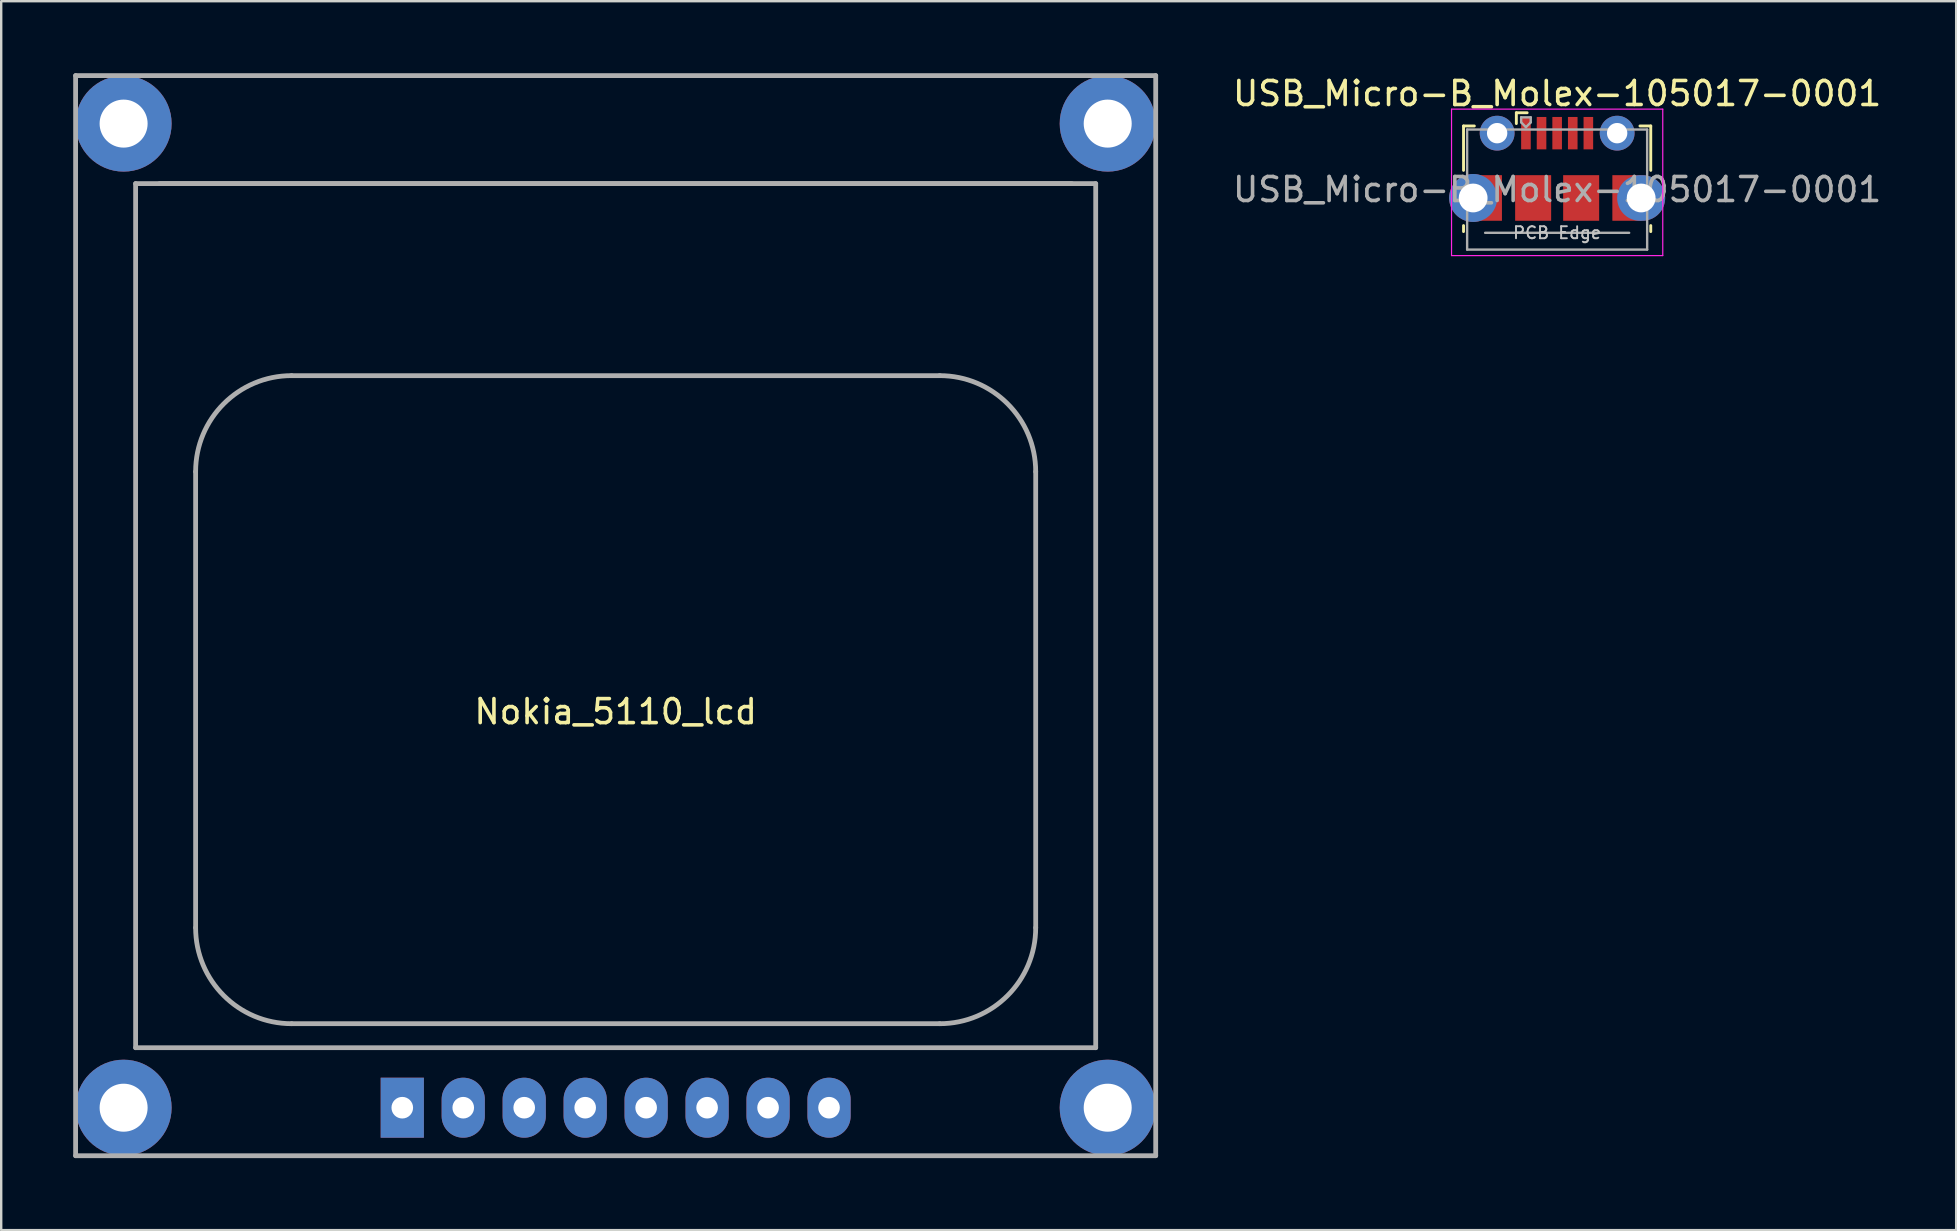
<source format=kicad_pcb>
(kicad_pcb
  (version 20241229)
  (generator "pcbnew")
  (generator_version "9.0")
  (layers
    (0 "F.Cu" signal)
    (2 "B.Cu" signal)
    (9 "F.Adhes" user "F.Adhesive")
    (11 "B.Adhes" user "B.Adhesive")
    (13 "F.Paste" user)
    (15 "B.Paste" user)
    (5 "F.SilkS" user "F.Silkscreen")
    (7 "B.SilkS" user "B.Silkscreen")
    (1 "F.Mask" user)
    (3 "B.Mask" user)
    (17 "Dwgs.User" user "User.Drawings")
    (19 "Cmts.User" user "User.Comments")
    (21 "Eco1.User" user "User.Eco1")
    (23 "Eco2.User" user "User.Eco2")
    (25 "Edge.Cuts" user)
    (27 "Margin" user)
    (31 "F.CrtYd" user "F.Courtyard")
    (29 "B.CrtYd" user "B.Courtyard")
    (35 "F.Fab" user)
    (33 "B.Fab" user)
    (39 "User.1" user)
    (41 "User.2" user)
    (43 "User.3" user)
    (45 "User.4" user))
  (footprint "USB_Micro-B_Molex-105017-0001"
    (layer "F.Cu")
    (at 61.825 4.848)
    (property "Reference" "USB_Micro-B_Molex-105017-0001" (at 0 -4 0) (layer "F.SilkS") (effects (font (size 1 1) (thickness 0.15))))
    (attr smd)
    (fp_line (start -3.9 -2.65) (end -3.45 -2.65) (stroke (width 0.12) (type solid)) (layer "F.SilkS"))
    (fp_line (start -3.9 -0.8) (end -3.9 -2.65) (stroke (width 0.12) (type solid)) (layer "F.SilkS"))
    (fp_line (start -3.9 1.75) (end -3.9 1.5) (stroke (width 0.12) (type solid)) (layer "F.SilkS"))
    (fp_line (start -1.7 -3.2) (end -1.7 -2.75) (stroke (width 0.12) (type solid)) (layer "F.SilkS"))
    (fp_line (start -1.7 -3.2) (end -1.25 -3.2) (stroke (width 0.12) (type solid)) (layer "F.SilkS"))
    (fp_line (start 3.9 -2.65) (end 3.45 -2.65) (stroke (width 0.12) (type solid)) (layer "F.SilkS"))
    (fp_line (start 3.9 -0.8) (end 3.9 -2.65) (stroke (width 0.12) (type solid)) (layer "F.SilkS"))
    (fp_line (start 3.9 1.75) (end 3.9 1.5) (stroke (width 0.12) (type solid)) (layer "F.SilkS"))
    (fp_line (start -4.4 -3.35) (end 4.4 -3.35) (stroke (width 0.05) (type solid)) (layer "F.CrtYd"))
    (fp_line (start -4.4 2.75) (end -4.4 -3.35) (stroke (width 0.05) (type solid)) (layer "F.CrtYd"))
    (fp_line (start -4.4 2.75) (end 4.4 2.75) (stroke (width 0.05) (type solid)) (layer "F.CrtYd"))
    (fp_line (start 4.4 -3.35) (end 4.4 2.75) (stroke (width 0.05) (type solid)) (layer "F.CrtYd"))
    (fp_line (start -3.75 -2.5) (end 3.75 -2.5) (stroke (width 0.1) (type solid)) (layer "F.Fab"))
    (fp_line (start -3.75 2.5) (end -3.75 -2.5) (stroke (width 0.1) (type solid)) (layer "F.Fab"))
    (fp_line (start -3.75 2.502) (end 3.75 2.502) (stroke (width 0.1) (type solid)) (layer "F.Fab"))
    (fp_line (start -3 1.802) (end 3 1.802) (stroke (width 0.1) (type solid)) (layer "F.Fab"))
    (fp_line (start -1.5 -3.01) (end -1.5 -2.8) (stroke (width 0.1) (type solid)) (layer "F.Fab"))
    (fp_line (start -1.5 -3.01) (end -1.1 -3.01) (stroke (width 0.1) (type solid)) (layer "F.Fab"))
    (fp_line (start -1.3 -2.6) (end -1.5 -2.8) (stroke (width 0.1) (type solid)) (layer "F.Fab"))
    (fp_line (start -1.1 -3.01) (end -1.1 -2.8) (stroke (width 0.1) (type solid)) (layer "F.Fab"))
    (fp_line (start -1.1 -2.8) (end -1.3 -2.6) (stroke (width 0.1) (type solid)) (layer "F.Fab"))
    (fp_line (start 3.75 2.5) (end 3.75 -2.5) (stroke (width 0.1) (type solid)) (layer "F.Fab"))
    (fp_text user "PCB Edge" (at 0 1.8 0) (layer "Dwgs.User") (effects (font (size 0.5 0.5) (thickness 0.08))))
    (fp_text user "${REFERENCE}" (at 0 0 0) (layer "F.Fab") (effects (font (size 1 1) (thickness 0.15))))
    (pad "1" smd rect (at -1.3 -2.35) (size 0.4 1.35) (layers "F.Cu" "F.Mask" "F.Paste"))
    (pad "2" smd rect (at -0.65 -2.35) (size 0.4 1.35) (layers "F.Cu" "F.Mask" "F.Paste"))
    (pad "3" smd rect (at 0 -2.35) (size 0.4 1.35) (layers "F.Cu" "F.Mask" "F.Paste"))
    (pad "4" smd rect (at 0.65 -2.35) (size 0.4 1.35) (layers "F.Cu" "F.Mask" "F.Paste"))
    (pad "5" smd rect (at 1.3 -2.35) (size 0.4 1.35) (layers "F.Cu" "F.Mask" "F.Paste"))
    (pad "6" thru_hole oval (at -3.5 0.35 180) (size 2 2) (drill 1.2) (layers "*.Cu" "*.Mask"))
    (pad "6" smd rect (at -2.9 0.35) (size 1.2 1.9) (layers "F.Cu" "F.Mask"))
    (pad "6" thru_hole circle (at -2.5 -2.35) (size 1.45 1.45) (drill 0.85) (layers "*.Cu" "*.Mask"))
    (pad "6" smd rect (at -1 0.35) (size 1.5 1.9) (layers "F.Cu" "F.Mask" "F.Paste"))
    (pad "6" smd rect (at 1 0.35) (size 1.5 1.9) (layers "F.Cu" "F.Mask" "F.Paste"))
    (pad "6" thru_hole circle (at 2.5 -2.35) (size 1.45 1.45) (drill 0.85) (layers "*.Cu" "*.Mask"))
    (pad "6" smd rect (at 2.9 0.35) (size 1.2 1.9) (layers "F.Cu" "F.Mask"))
    (pad "6" thru_hole oval (at 3.5 0.35) (size 2 1.9) (drill 1.2) (layers "*.Cu" "*.Mask")))
  (footprint "Nokia_5110_lcd"
    (layer "F.Cu")
    (at 22.6 26.1)
    (property "Reference" "Nokia_5110_lcd" (at 0 0.5 0) (layer "F.SilkS") (effects (font (size 1 1) (thickness 0.15))))
    (attr through_hole)
    (fp_line (start -22.5 -26) (end 22.5 -26) (stroke (width 0.2) (type solid)) (layer "F.Fab"))
    (fp_line (start -22.5 19) (end -22.5 -26) (stroke (width 0.2) (type solid)) (layer "F.Fab"))
    (fp_line (start -20 -21.5) (end -20 14.5) (stroke (width 0.2) (type solid)) (layer "F.Fab"))
    (fp_line (start -20 14.5) (end 20 14.5) (stroke (width 0.2) (type solid)) (layer "F.Fab"))
    (fp_line (start -17.5 -9.5) (end -17.5 9.5) (stroke (width 0.2) (type solid)) (layer "F.Fab"))
    (fp_line (start -13.5 -13.5) (end 13.5 -13.5) (stroke (width 0.2) (type solid)) (layer "F.Fab"))
    (fp_line (start -13.5 13.5) (end 13.5 13.5) (stroke (width 0.2) (type solid)) (layer "F.Fab"))
    (fp_line (start 17.5 -9.5) (end 17.5 9.5) (stroke (width 0.2) (type solid)) (layer "F.Fab"))
    (fp_line (start 19 -21.5) (end -20 -21.5) (stroke (width 0.2) (type solid)) (layer "F.Fab"))
    (fp_line (start 20 -21.5) (end -19 -21.5) (stroke (width 0.2) (type solid)) (layer "F.Fab"))
    (fp_line (start 20 14.5) (end 20 -21.5) (stroke (width 0.2) (type solid)) (layer "F.Fab"))
    (fp_line (start 22.5 -26) (end 22.5 19) (stroke (width 0.2) (type solid)) (layer "F.Fab"))
    (fp_line (start 22.5 19) (end -22.5 19) (stroke (width 0.2) (type solid)) (layer "F.Fab"))
    (fp_arc (start -17.5 -9.5) (mid -16.328427 -12.328427) (end -13.5 -13.5) (stroke (width 0.2) (type solid)) (layer "F.Fab"))
    (fp_arc (start -13.5 13.5) (mid -16.328427 12.328427) (end -17.5 9.5) (stroke (width 0.2) (type solid)) (layer "F.Fab"))
    (fp_arc (start 13.5 -13.5) (mid 16.328427 -12.328427) (end 17.5 -9.5) (stroke (width 0.2) (type solid)) (layer "F.Fab"))
    (fp_arc (start 17.5 9.5) (mid 16.328427 12.328427) (end 13.5 13.5) (stroke (width 0.2) (type solid)) (layer "F.Fab"))
    (pad "" np_thru_hole circle (at -20.5 -24) (size 4 4) (drill 2) (layers "*.Cu" "*.Mask"))
    (pad "" np_thru_hole circle (at -20.5 17) (size 4 4) (drill 2) (layers "*.Cu" "*.Mask"))
    (pad "" np_thru_hole circle (at 20.5 -24) (size 4 4) (drill 2) (layers "*.Cu" "*.Mask"))
    (pad "" np_thru_hole circle (at 20.5 17) (size 4 4) (drill 2) (layers "*.Cu" "*.Mask"))
    (pad "1" thru_hole rect (at -8.89 17) (size 1.8 2.5) (drill 0.9) (layers "*.Cu" "*.Mask"))
    (pad "2" thru_hole oval (at -6.35 17) (size 1.8 2.5) (drill 0.9) (layers "*.Cu" "*.Mask"))
    (pad "3" thru_hole oval (at -3.81 17) (size 1.8 2.5) (drill 0.9) (layers "*.Cu" "*.Mask"))
    (pad "4" thru_hole oval (at -1.27 17) (size 1.8 2.5) (drill 0.9) (layers "*.Cu" "*.Mask"))
    (pad "5" thru_hole oval (at 1.27 17) (size 1.8 2.5) (drill 0.9) (layers "*.Cu" "*.Mask"))
    (pad "6" thru_hole oval (at 3.81 17) (size 1.8 2.5) (drill 0.9) (layers "*.Cu" "*.Mask"))
    (pad "7" thru_hole oval (at 6.35 17) (size 1.8 2.5) (drill 0.9) (layers "*.Cu" "*.Mask"))
    (pad "8" thru_hole oval (at 8.89 17) (size 1.8 2.5) (drill 0.9) (layers "*.Cu" "*.Mask")))
  (gr_rect
    (start -3 -3)
    (end 78.45 48.2)
    (stroke (width 0.1) (type default))
    (fill no)
    (layer "Edge.Cuts")))
</source>
